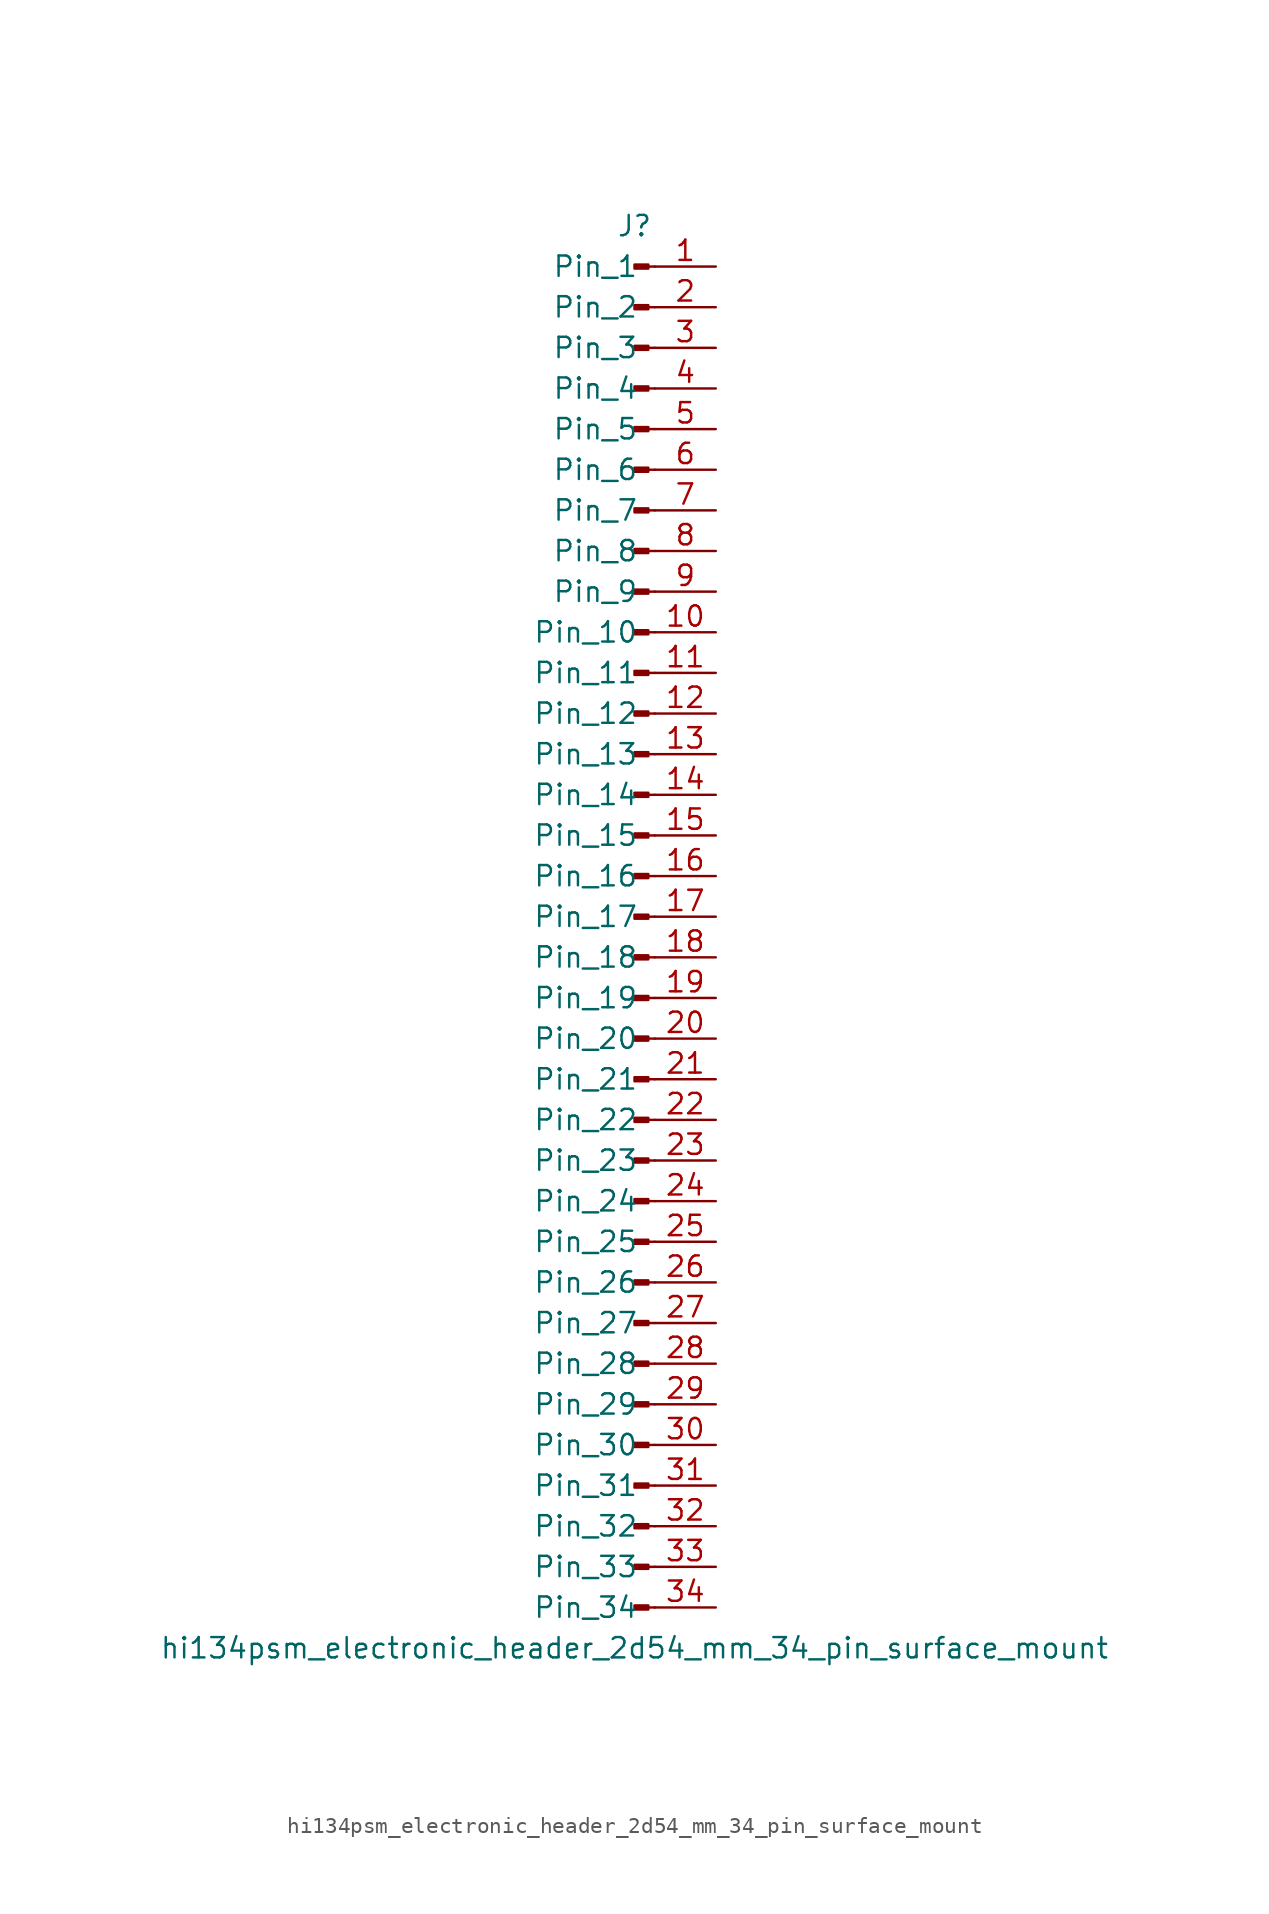
<source format=kicad_sym>
(kicad_symbol_lib
  (version 20220914)
  (generator kicad_symbol_editor)
  (symbol "hi134psm_electronic_header_2d54_mm_34_pin_surface_mount"
    (pin_names
      (offset 1.016))
    (property "Reference" "J"
      (at 0 43.18 0)
      (effects (font (size 1.27 1.27))))
    (property "Value" "hi134psm_electronic_header_2d54_mm_34_pin_surface_mount"
      (at 0 -45.72 0)
      (effects (font (size 1.27 1.27))))
    (property "ki_locked" ""
      (at 0 0 0)
      (effects (font (size 1.27 1.27))))
    (symbol "hi134psm_electronic_header_2d54_mm_34_pin_surface_mount_1_1"
      (polyline (pts (xy 1.27 -43.18) (xy 0.864 -43.18)) (stroke (width 0.152) (type default)) (fill (type none)))
      (polyline (pts (xy 1.27 -40.64) (xy 0.864 -40.64)) (stroke (width 0.152) (type default)) (fill (type none)))
      (polyline (pts (xy 1.27 -38.1) (xy 0.864 -38.1)) (stroke (width 0.152) (type default)) (fill (type none)))
      (polyline (pts (xy 1.27 -35.56) (xy 0.864 -35.56)) (stroke (width 0.152) (type default)) (fill (type none)))
      (polyline (pts (xy 1.27 -33.02) (xy 0.864 -33.02)) (stroke (width 0.152) (type default)) (fill (type none)))
      (polyline (pts (xy 1.27 -30.48) (xy 0.864 -30.48)) (stroke (width 0.152) (type default)) (fill (type none)))
      (polyline (pts (xy 1.27 -27.94) (xy 0.864 -27.94)) (stroke (width 0.152) (type default)) (fill (type none)))
      (polyline (pts (xy 1.27 -25.4) (xy 0.864 -25.4)) (stroke (width 0.152) (type default)) (fill (type none)))
      (polyline (pts (xy 1.27 -22.86) (xy 0.864 -22.86)) (stroke (width 0.152) (type default)) (fill (type none)))
      (polyline (pts (xy 1.27 -20.32) (xy 0.864 -20.32)) (stroke (width 0.152) (type default)) (fill (type none)))
      (polyline (pts (xy 1.27 -17.78) (xy 0.864 -17.78)) (stroke (width 0.152) (type default)) (fill (type none)))
      (polyline (pts (xy 1.27 -15.24) (xy 0.864 -15.24)) (stroke (width 0.152) (type default)) (fill (type none)))
      (polyline (pts (xy 1.27 -12.7) (xy 0.864 -12.7)) (stroke (width 0.152) (type default)) (fill (type none)))
      (polyline (pts (xy 1.27 -10.16) (xy 0.864 -10.16)) (stroke (width 0.152) (type default)) (fill (type none)))
      (polyline (pts (xy 1.27 -7.62) (xy 0.864 -7.62)) (stroke (width 0.152) (type default)) (fill (type none)))
      (polyline (pts (xy 1.27 -5.08) (xy 0.864 -5.08)) (stroke (width 0.152) (type default)) (fill (type none)))
      (polyline (pts (xy 1.27 -2.54) (xy 0.864 -2.54)) (stroke (width 0.152) (type default)) (fill (type none)))
      (polyline (pts (xy 1.27 0) (xy 0.864 0)) (stroke (width 0.152) (type default)) (fill (type none)))
      (polyline (pts (xy 1.27 2.54) (xy 0.864 2.54)) (stroke (width 0.152) (type default)) (fill (type none)))
      (polyline (pts (xy 1.27 5.08) (xy 0.864 5.08)) (stroke (width 0.152) (type default)) (fill (type none)))
      (polyline (pts (xy 1.27 7.62) (xy 0.864 7.62)) (stroke (width 0.152) (type default)) (fill (type none)))
      (polyline (pts (xy 1.27 10.16) (xy 0.864 10.16)) (stroke (width 0.152) (type default)) (fill (type none)))
      (polyline (pts (xy 1.27 12.7) (xy 0.864 12.7)) (stroke (width 0.152) (type default)) (fill (type none)))
      (polyline (pts (xy 1.27 15.24) (xy 0.864 15.24)) (stroke (width 0.152) (type default)) (fill (type none)))
      (polyline (pts (xy 1.27 17.78) (xy 0.864 17.78)) (stroke (width 0.152) (type default)) (fill (type none)))
      (polyline (pts (xy 1.27 20.32) (xy 0.864 20.32)) (stroke (width 0.152) (type default)) (fill (type none)))
      (polyline (pts (xy 1.27 22.86) (xy 0.864 22.86)) (stroke (width 0.152) (type default)) (fill (type none)))
      (polyline (pts (xy 1.27 25.4) (xy 0.864 25.4)) (stroke (width 0.152) (type default)) (fill (type none)))
      (polyline (pts (xy 1.27 27.94) (xy 0.864 27.94)) (stroke (width 0.152) (type default)) (fill (type none)))
      (polyline (pts (xy 1.27 30.48) (xy 0.864 30.48)) (stroke (width 0.152) (type default)) (fill (type none)))
      (polyline (pts (xy 1.27 33.02) (xy 0.864 33.02)) (stroke (width 0.152) (type default)) (fill (type none)))
      (polyline (pts (xy 1.27 35.56) (xy 0.864 35.56)) (stroke (width 0.152) (type default)) (fill (type none)))
      (polyline (pts (xy 1.27 38.1) (xy 0.864 38.1)) (stroke (width 0.152) (type default)) (fill (type none)))
      (polyline (pts (xy 1.27 40.64) (xy 0.864 40.64)) (stroke (width 0.152) (type default)) (fill (type none)))
      (rectangle (start 0.864 -43.053) (end 0 -43.307) (stroke (width 0.152) (type default)) (fill (type outline)))
      (rectangle (start 0.864 -40.513) (end 0 -40.767) (stroke (width 0.152) (type default)) (fill (type outline)))
      (rectangle (start 0.864 -37.973) (end 0 -38.227) (stroke (width 0.152) (type default)) (fill (type outline)))
      (rectangle (start 0.864 -35.433) (end 0 -35.687) (stroke (width 0.152) (type default)) (fill (type outline)))
      (rectangle (start 0.864 -32.893) (end 0 -33.147) (stroke (width 0.152) (type default)) (fill (type outline)))
      (rectangle (start 0.864 -30.353) (end 0 -30.607) (stroke (width 0.152) (type default)) (fill (type outline)))
      (rectangle (start 0.864 -27.813) (end 0 -28.067) (stroke (width 0.152) (type default)) (fill (type outline)))
      (rectangle (start 0.864 -25.273) (end 0 -25.527) (stroke (width 0.152) (type default)) (fill (type outline)))
      (rectangle (start 0.864 -22.733) (end 0 -22.987) (stroke (width 0.152) (type default)) (fill (type outline)))
      (rectangle (start 0.864 -20.193) (end 0 -20.447) (stroke (width 0.152) (type default)) (fill (type outline)))
      (rectangle (start 0.864 -17.653) (end 0 -17.907) (stroke (width 0.152) (type default)) (fill (type outline)))
      (rectangle (start 0.864 -15.113) (end 0 -15.367) (stroke (width 0.152) (type default)) (fill (type outline)))
      (rectangle (start 0.864 -12.573) (end 0 -12.827) (stroke (width 0.152) (type default)) (fill (type outline)))
      (rectangle (start 0.864 -10.033) (end 0 -10.287) (stroke (width 0.152) (type default)) (fill (type outline)))
      (rectangle (start 0.864 -7.493) (end 0 -7.747) (stroke (width 0.152) (type default)) (fill (type outline)))
      (rectangle (start 0.864 -4.953) (end 0 -5.207) (stroke (width 0.152) (type default)) (fill (type outline)))
      (rectangle (start 0.864 -2.413) (end 0 -2.667) (stroke (width 0.152) (type default)) (fill (type outline)))
      (rectangle (start 0.864 0.127) (end 0 -0.127) (stroke (width 0.152) (type default)) (fill (type outline)))
      (rectangle (start 0.864 2.667) (end 0 2.413) (stroke (width 0.152) (type default)) (fill (type outline)))
      (rectangle (start 0.864 5.207) (end 0 4.953) (stroke (width 0.152) (type default)) (fill (type outline)))
      (rectangle (start 0.864 7.747) (end 0 7.493) (stroke (width 0.152) (type default)) (fill (type outline)))
      (rectangle (start 0.864 10.287) (end 0 10.033) (stroke (width 0.152) (type default)) (fill (type outline)))
      (rectangle (start 0.864 12.827) (end 0 12.573) (stroke (width 0.152) (type default)) (fill (type outline)))
      (rectangle (start 0.864 15.367) (end 0 15.113) (stroke (width 0.152) (type default)) (fill (type outline)))
      (rectangle (start 0.864 17.907) (end 0 17.653) (stroke (width 0.152) (type default)) (fill (type outline)))
      (rectangle (start 0.864 20.447) (end 0 20.193) (stroke (width 0.152) (type default)) (fill (type outline)))
      (rectangle (start 0.864 22.987) (end 0 22.733) (stroke (width 0.152) (type default)) (fill (type outline)))
      (rectangle (start 0.864 25.527) (end 0 25.273) (stroke (width 0.152) (type default)) (fill (type outline)))
      (rectangle (start 0.864 28.067) (end 0 27.813) (stroke (width 0.152) (type default)) (fill (type outline)))
      (rectangle (start 0.864 30.607) (end 0 30.353) (stroke (width 0.152) (type default)) (fill (type outline)))
      (rectangle (start 0.864 33.147) (end 0 32.893) (stroke (width 0.152) (type default)) (fill (type outline)))
      (rectangle (start 0.864 35.687) (end 0 35.433) (stroke (width 0.152) (type default)) (fill (type outline)))
      (rectangle (start 0.864 38.227) (end 0 37.973) (stroke (width 0.152) (type default)) (fill (type outline)))
      (rectangle (start 0.864 40.767) (end 0 40.513) (stroke (width 0.152) (type default)) (fill (type outline)))
      (pin passive line (at 5.08 40.64 180) (length 3.81) (name "Pin_1" (effects (font (size 1.27 1.27)))) (number "1" (effects (font (size 1.27 1.27)))))
      (pin passive line (at 5.08 17.78 180) (length 3.81) (name "Pin_10" (effects (font (size 1.27 1.27)))) (number "10" (effects (font (size 1.27 1.27)))))
      (pin passive line (at 5.08 15.24 180) (length 3.81) (name "Pin_11" (effects (font (size 1.27 1.27)))) (number "11" (effects (font (size 1.27 1.27)))))
      (pin passive line (at 5.08 12.7 180) (length 3.81) (name "Pin_12" (effects (font (size 1.27 1.27)))) (number "12" (effects (font (size 1.27 1.27)))))
      (pin passive line (at 5.08 10.16 180) (length 3.81) (name "Pin_13" (effects (font (size 1.27 1.27)))) (number "13" (effects (font (size 1.27 1.27)))))
      (pin passive line (at 5.08 7.62 180) (length 3.81) (name "Pin_14" (effects (font (size 1.27 1.27)))) (number "14" (effects (font (size 1.27 1.27)))))
      (pin passive line (at 5.08 5.08 180) (length 3.81) (name "Pin_15" (effects (font (size 1.27 1.27)))) (number "15" (effects (font (size 1.27 1.27)))))
      (pin passive line (at 5.08 2.54 180) (length 3.81) (name "Pin_16" (effects (font (size 1.27 1.27)))) (number "16" (effects (font (size 1.27 1.27)))))
      (pin passive line (at 5.08 0 180) (length 3.81) (name "Pin_17" (effects (font (size 1.27 1.27)))) (number "17" (effects (font (size 1.27 1.27)))))
      (pin passive line (at 5.08 -2.54 180) (length 3.81) (name "Pin_18" (effects (font (size 1.27 1.27)))) (number "18" (effects (font (size 1.27 1.27)))))
      (pin passive line (at 5.08 -5.08 180) (length 3.81) (name "Pin_19" (effects (font (size 1.27 1.27)))) (number "19" (effects (font (size 1.27 1.27)))))
      (pin passive line (at 5.08 38.1 180) (length 3.81) (name "Pin_2" (effects (font (size 1.27 1.27)))) (number "2" (effects (font (size 1.27 1.27)))))
      (pin passive line (at 5.08 -7.62 180) (length 3.81) (name "Pin_20" (effects (font (size 1.27 1.27)))) (number "20" (effects (font (size 1.27 1.27)))))
      (pin passive line (at 5.08 -10.16 180) (length 3.81) (name "Pin_21" (effects (font (size 1.27 1.27)))) (number "21" (effects (font (size 1.27 1.27)))))
      (pin passive line (at 5.08 -12.7 180) (length 3.81) (name "Pin_22" (effects (font (size 1.27 1.27)))) (number "22" (effects (font (size 1.27 1.27)))))
      (pin passive line (at 5.08 -15.24 180) (length 3.81) (name "Pin_23" (effects (font (size 1.27 1.27)))) (number "23" (effects (font (size 1.27 1.27)))))
      (pin passive line (at 5.08 -17.78 180) (length 3.81) (name "Pin_24" (effects (font (size 1.27 1.27)))) (number "24" (effects (font (size 1.27 1.27)))))
      (pin passive line (at 5.08 -20.32 180) (length 3.81) (name "Pin_25" (effects (font (size 1.27 1.27)))) (number "25" (effects (font (size 1.27 1.27)))))
      (pin passive line (at 5.08 -22.86 180) (length 3.81) (name "Pin_26" (effects (font (size 1.27 1.27)))) (number "26" (effects (font (size 1.27 1.27)))))
      (pin passive line (at 5.08 -25.4 180) (length 3.81) (name "Pin_27" (effects (font (size 1.27 1.27)))) (number "27" (effects (font (size 1.27 1.27)))))
      (pin passive line (at 5.08 -27.94 180) (length 3.81) (name "Pin_28" (effects (font (size 1.27 1.27)))) (number "28" (effects (font (size 1.27 1.27)))))
      (pin passive line (at 5.08 -30.48 180) (length 3.81) (name "Pin_29" (effects (font (size 1.27 1.27)))) (number "29" (effects (font (size 1.27 1.27)))))
      (pin passive line (at 5.08 35.56 180) (length 3.81) (name "Pin_3" (effects (font (size 1.27 1.27)))) (number "3" (effects (font (size 1.27 1.27)))))
      (pin passive line (at 5.08 -33.02 180) (length 3.81) (name "Pin_30" (effects (font (size 1.27 1.27)))) (number "30" (effects (font (size 1.27 1.27)))))
      (pin passive line (at 5.08 -35.56 180) (length 3.81) (name "Pin_31" (effects (font (size 1.27 1.27)))) (number "31" (effects (font (size 1.27 1.27)))))
      (pin passive line (at 5.08 -38.1 180) (length 3.81) (name "Pin_32" (effects (font (size 1.27 1.27)))) (number "32" (effects (font (size 1.27 1.27)))))
      (pin passive line (at 5.08 -40.64 180) (length 3.81) (name "Pin_33" (effects (font (size 1.27 1.27)))) (number "33" (effects (font (size 1.27 1.27)))))
      (pin passive line (at 5.08 -43.18 180) (length 3.81) (name "Pin_34" (effects (font (size 1.27 1.27)))) (number "34" (effects (font (size 1.27 1.27)))))
      (pin passive line (at 5.08 33.02 180) (length 3.81) (name "Pin_4" (effects (font (size 1.27 1.27)))) (number "4" (effects (font (size 1.27 1.27)))))
      (pin passive line (at 5.08 30.48 180) (length 3.81) (name "Pin_5" (effects (font (size 1.27 1.27)))) (number "5" (effects (font (size 1.27 1.27)))))
      (pin passive line (at 5.08 27.94 180) (length 3.81) (name "Pin_6" (effects (font (size 1.27 1.27)))) (number "6" (effects (font (size 1.27 1.27)))))
      (pin passive line (at 5.08 25.4 180) (length 3.81) (name "Pin_7" (effects (font (size 1.27 1.27)))) (number "7" (effects (font (size 1.27 1.27)))))
      (pin passive line (at 5.08 22.86 180) (length 3.81) (name "Pin_8" (effects (font (size 1.27 1.27)))) (number "8" (effects (font (size 1.27 1.27)))))
      (pin passive line (at 5.08 20.32 180) (length 3.81) (name "Pin_9" (effects (font (size 1.27 1.27)))) (number "9" (effects (font (size 1.27 1.27))))))))
</source>
